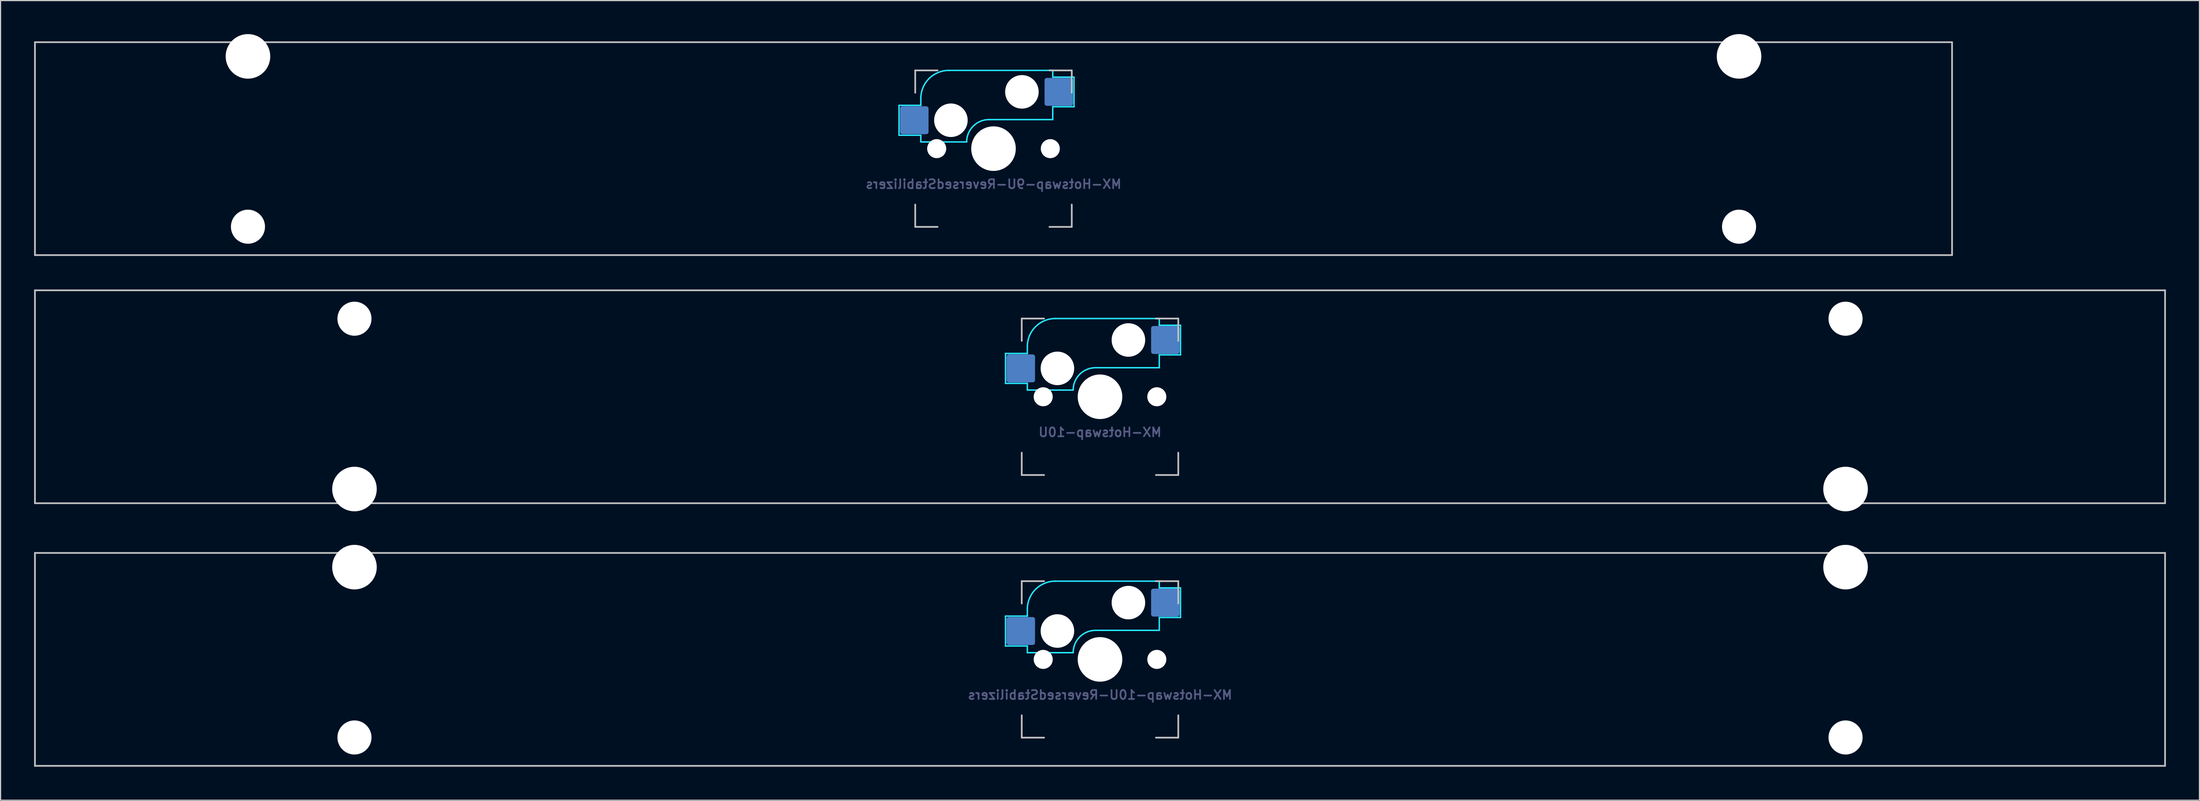
<source format=kicad_pcb>
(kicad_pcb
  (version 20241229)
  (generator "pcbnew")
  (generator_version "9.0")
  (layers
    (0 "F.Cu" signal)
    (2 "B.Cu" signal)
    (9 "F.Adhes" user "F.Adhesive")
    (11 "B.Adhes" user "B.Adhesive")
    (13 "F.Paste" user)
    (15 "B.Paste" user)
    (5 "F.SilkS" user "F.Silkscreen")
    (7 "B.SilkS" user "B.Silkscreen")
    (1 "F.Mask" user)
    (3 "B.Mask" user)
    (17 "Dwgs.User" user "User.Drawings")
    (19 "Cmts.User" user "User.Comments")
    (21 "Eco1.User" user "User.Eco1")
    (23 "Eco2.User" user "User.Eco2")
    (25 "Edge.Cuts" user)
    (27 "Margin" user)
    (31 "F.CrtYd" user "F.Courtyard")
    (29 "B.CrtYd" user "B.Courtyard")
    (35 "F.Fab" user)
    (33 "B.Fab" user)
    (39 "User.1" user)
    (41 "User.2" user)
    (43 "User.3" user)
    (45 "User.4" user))
  (footprint "MX-Hotswap-10U-ReversedStabilizers"
    (layer "F.Cu")
    (at 95.325 55.947)
    (property "Reference" "MX-Hotswap-10U-ReversedStabilizers" (at 0 3.175 0) (layer "B.Fab") (effects (font (size 0.8 0.8) (thickness 0.15)) (justify mirror)))
    (attr smd)
    (fp_line (start -95.25 9.525) (end -95.25 -9.525) (stroke (width 0.15) (type solid)) (layer "Dwgs.User"))
    (fp_line (start -7 -7) (end -7 -5) (stroke (width 0.15) (type solid)) (layer "Dwgs.User"))
    (fp_line (start -7 5) (end -7 7) (stroke (width 0.15) (type solid)) (layer "Dwgs.User"))
    (fp_line (start -7 7) (end -5 7) (stroke (width 0.15) (type solid)) (layer "Dwgs.User"))
    (fp_line (start -5 -7) (end -7 -7) (stroke (width 0.15) (type solid)) (layer "Dwgs.User"))
    (fp_line (start 5 -7) (end 7 -7) (stroke (width 0.15) (type solid)) (layer "Dwgs.User"))
    (fp_line (start 5 7) (end 7 7) (stroke (width 0.15) (type solid)) (layer "Dwgs.User"))
    (fp_line (start 7 -7) (end 7 -5) (stroke (width 0.15) (type solid)) (layer "Dwgs.User"))
    (fp_line (start 7 7) (end 7 5) (stroke (width 0.15) (type solid)) (layer "Dwgs.User"))
    (fp_line (start 95.25 -9.525) (end -95.25 -9.525) (stroke (width 0.15) (type solid)) (layer "Dwgs.User"))
    (fp_line (start 95.25 9.525) (end -95.25 9.525) (stroke (width 0.15) (type solid)) (layer "Dwgs.User"))
    (fp_line (start 95.25 9.525) (end 95.25 -9.525) (stroke (width 0.15) (type solid)) (layer "Dwgs.User"))
    (fp_line (start -8.45 -3.875) (end -8.45 -1.2) (stroke (width 0.127) (type solid)) (layer "B.CrtYd"))
    (fp_line (start -8.45 -1.2) (end -6.5 -1.2) (stroke (width 0.127) (type solid)) (layer "B.CrtYd"))
    (fp_line (start -6.5 -4.5) (end -6.5 -3.875) (stroke (width 0.127) (type solid)) (layer "B.CrtYd"))
    (fp_line (start -6.5 -3.875) (end -8.45 -3.875) (stroke (width 0.127) (type solid)) (layer "B.CrtYd"))
    (fp_line (start -6.5 -0.6) (end -6.5 -1.2) (stroke (width 0.127) (type solid)) (layer "B.CrtYd"))
    (fp_line (start -6.5 -0.6) (end -2.4 -0.6) (stroke (width 0.127) (type solid)) (layer "B.CrtYd"))
    (fp_line (start -0.4 -2.6) (end 5.3 -2.6) (stroke (width 0.127) (type solid)) (layer "B.CrtYd"))
    (fp_line (start 5.3 -7) (end -4 -7) (stroke (width 0.127) (type solid)) (layer "B.CrtYd"))
    (fp_line (start 5.3 -7) (end 5.3 -6.4) (stroke (width 0.127) (type solid)) (layer "B.CrtYd"))
    (fp_line (start 5.3 -6.4) (end 7.2 -6.4) (stroke (width 0.127) (type solid)) (layer "B.CrtYd"))
    (fp_line (start 5.3 -2.6) (end 5.3 -3.75) (stroke (width 0.127) (type solid)) (layer "B.CrtYd"))
    (fp_line (start 7.2 -6.4) (end 7.2 -3.75) (stroke (width 0.127) (type solid)) (layer "B.CrtYd"))
    (fp_line (start 7.2 -3.75) (end 5.3 -3.75) (stroke (width 0.127) (type solid)) (layer "B.CrtYd"))
    (fp_arc (start -6.5 -4.5) (mid -5.767767 -6.267767) (end -4 -7) (stroke (width 0.127) (type solid)) (layer "B.CrtYd"))
    (fp_arc (start -2.4 -0.6) (mid -1.814214 -2.014214) (end -0.4 -2.6) (stroke (width 0.127) (type solid)) (layer "B.CrtYd"))
    (pad "" np_thru_hole circle (at -66.675 -8.255) (size 3.988 3.988) (drill 3.988) (layers "*.Cu" "*.Mask"))
    (pad "" np_thru_hole circle (at -66.675 6.985) (size 3.048 3.048) (drill 3.048) (layers "*.Cu" "*.Mask"))
    (pad "" np_thru_hole circle (at -5.08 0 48.099) (size 1.702 1.702) (drill 1.702) (layers "*.Cu" "*.Mask"))
    (pad "" np_thru_hole circle (at -3.81 -2.54) (size 3 3) (drill 3) (layers "*.Cu" "*.Mask"))
    (pad "" np_thru_hole circle (at 0 0) (size 3.988 3.988) (drill 3.988) (layers "*.Cu" "*.Mask"))
    (pad "" np_thru_hole circle (at 2.54 -5.08) (size 3 3) (drill 3) (layers "*.Cu" "*.Mask"))
    (pad "" np_thru_hole circle (at 5.08 0 48.099) (size 1.702 1.702) (drill 1.702) (layers "*.Cu" "*.Mask"))
    (pad "" np_thru_hole circle (at 66.675 -8.255) (size 3.988 3.988) (drill 3.988) (layers "*.Cu" "*.Mask"))
    (pad "" np_thru_hole circle (at 66.675 6.985) (size 3.048 3.048) (drill 3.048) (layers "*.Cu" "*.Mask"))
    (pad "1" smd roundrect (at -7.085 -2.54) (size 2.55 2.5) (layers "B.Cu" "B.Mask" "B.Paste") (roundrect_rratio 0.08))
    (pad "2" smd roundrect (at 5.842 -5.08) (size 2.55 2.5) (layers "B.Cu" "B.Mask" "B.Paste") (roundrect_rratio 0.08)))
  (footprint "MX-Hotswap-9U-ReversedStabilizers"
    (layer "F.Cu")
    (at 85.8 10.249)
    (property "Reference" "MX-Hotswap-9U-ReversedStabilizers" (at 0 3.175 0) (layer "B.Fab") (effects (font (size 0.8 0.8) (thickness 0.15)) (justify mirror)))
    (attr smd)
    (fp_line (start -85.725 9.525) (end -85.725 -9.525) (stroke (width 0.15) (type solid)) (layer "Dwgs.User"))
    (fp_line (start -7 -7) (end -7 -5) (stroke (width 0.15) (type solid)) (layer "Dwgs.User"))
    (fp_line (start -7 5) (end -7 7) (stroke (width 0.15) (type solid)) (layer "Dwgs.User"))
    (fp_line (start -7 7) (end -5 7) (stroke (width 0.15) (type solid)) (layer "Dwgs.User"))
    (fp_line (start -5 -7) (end -7 -7) (stroke (width 0.15) (type solid)) (layer "Dwgs.User"))
    (fp_line (start 5 -7) (end 7 -7) (stroke (width 0.15) (type solid)) (layer "Dwgs.User"))
    (fp_line (start 5 7) (end 7 7) (stroke (width 0.15) (type solid)) (layer "Dwgs.User"))
    (fp_line (start 7 -7) (end 7 -5) (stroke (width 0.15) (type solid)) (layer "Dwgs.User"))
    (fp_line (start 7 7) (end 7 5) (stroke (width 0.15) (type solid)) (layer "Dwgs.User"))
    (fp_line (start 85.725 -9.525) (end -85.725 -9.525) (stroke (width 0.15) (type solid)) (layer "Dwgs.User"))
    (fp_line (start 85.725 9.525) (end -85.725 9.525) (stroke (width 0.15) (type solid)) (layer "Dwgs.User"))
    (fp_line (start 85.725 9.525) (end 85.725 -9.525) (stroke (width 0.15) (type solid)) (layer "Dwgs.User"))
    (fp_line (start -8.45 -3.875) (end -8.45 -1.2) (stroke (width 0.127) (type solid)) (layer "B.CrtYd"))
    (fp_line (start -8.45 -1.2) (end -6.5 -1.2) (stroke (width 0.127) (type solid)) (layer "B.CrtYd"))
    (fp_line (start -6.5 -4.5) (end -6.5 -3.875) (stroke (width 0.127) (type solid)) (layer "B.CrtYd"))
    (fp_line (start -6.5 -3.875) (end -8.45 -3.875) (stroke (width 0.127) (type solid)) (layer "B.CrtYd"))
    (fp_line (start -6.5 -0.6) (end -6.5 -1.2) (stroke (width 0.127) (type solid)) (layer "B.CrtYd"))
    (fp_line (start -6.5 -0.6) (end -2.4 -0.6) (stroke (width 0.127) (type solid)) (layer "B.CrtYd"))
    (fp_line (start -0.4 -2.6) (end 5.3 -2.6) (stroke (width 0.127) (type solid)) (layer "B.CrtYd"))
    (fp_line (start 5.3 -7) (end -4 -7) (stroke (width 0.127) (type solid)) (layer "B.CrtYd"))
    (fp_line (start 5.3 -7) (end 5.3 -6.4) (stroke (width 0.127) (type solid)) (layer "B.CrtYd"))
    (fp_line (start 5.3 -6.4) (end 7.2 -6.4) (stroke (width 0.127) (type solid)) (layer "B.CrtYd"))
    (fp_line (start 5.3 -2.6) (end 5.3 -3.75) (stroke (width 0.127) (type solid)) (layer "B.CrtYd"))
    (fp_line (start 7.2 -6.4) (end 7.2 -3.75) (stroke (width 0.127) (type solid)) (layer "B.CrtYd"))
    (fp_line (start 7.2 -3.75) (end 5.3 -3.75) (stroke (width 0.127) (type solid)) (layer "B.CrtYd"))
    (fp_arc (start -6.5 -4.5) (mid -5.767767 -6.267767) (end -4 -7) (stroke (width 0.127) (type solid)) (layer "B.CrtYd"))
    (fp_arc (start -2.4 -0.6) (mid -1.814214 -2.014214) (end -0.4 -2.6) (stroke (width 0.127) (type solid)) (layer "B.CrtYd"))
    (pad "" np_thru_hole circle (at -66.675 -8.255) (size 3.988 3.988) (drill 3.988) (layers "*.Cu" "*.Mask"))
    (pad "" np_thru_hole circle (at -66.675 6.985) (size 3.048 3.048) (drill 3.048) (layers "*.Cu" "*.Mask"))
    (pad "" np_thru_hole circle (at -5.08 0 48.099) (size 1.702 1.702) (drill 1.702) (layers "*.Cu" "*.Mask"))
    (pad "" np_thru_hole circle (at -3.81 -2.54) (size 3 3) (drill 3) (layers "*.Cu" "*.Mask"))
    (pad "" np_thru_hole circle (at 0 0) (size 3.988 3.988) (drill 3.988) (layers "*.Cu" "*.Mask"))
    (pad "" np_thru_hole circle (at 2.54 -5.08) (size 3 3) (drill 3) (layers "*.Cu" "*.Mask"))
    (pad "" np_thru_hole circle (at 5.08 0 48.099) (size 1.702 1.702) (drill 1.702) (layers "*.Cu" "*.Mask"))
    (pad "" np_thru_hole circle (at 66.675 -8.255) (size 3.988 3.988) (drill 3.988) (layers "*.Cu" "*.Mask"))
    (pad "" np_thru_hole circle (at 66.675 6.985) (size 3.048 3.048) (drill 3.048) (layers "*.Cu" "*.Mask"))
    (pad "1" smd roundrect (at -7.085 -2.54) (size 2.55 2.5) (layers "B.Cu" "B.Mask" "B.Paste") (roundrect_rratio 0.08))
    (pad "2" smd roundrect (at 5.842 -5.08) (size 2.55 2.5) (layers "B.Cu" "B.Mask" "B.Paste") (roundrect_rratio 0.08)))
  (footprint "MX-Hotswap-10U"
    (layer "F.Cu")
    (at 95.325 32.449)
    (property "Reference" "MX-Hotswap-10U" (at 0 3.175 0) (layer "B.Fab") (effects (font (size 0.8 0.8) (thickness 0.15)) (justify mirror)))
    (attr smd)
    (fp_line (start -95.25 9.525) (end -95.25 -9.525) (stroke (width 0.15) (type solid)) (layer "Dwgs.User"))
    (fp_line (start -7 -7) (end -7 -5) (stroke (width 0.15) (type solid)) (layer "Dwgs.User"))
    (fp_line (start -7 5) (end -7 7) (stroke (width 0.15) (type solid)) (layer "Dwgs.User"))
    (fp_line (start -7 7) (end -5 7) (stroke (width 0.15) (type solid)) (layer "Dwgs.User"))
    (fp_line (start -5 -7) (end -7 -7) (stroke (width 0.15) (type solid)) (layer "Dwgs.User"))
    (fp_line (start 5 -7) (end 7 -7) (stroke (width 0.15) (type solid)) (layer "Dwgs.User"))
    (fp_line (start 5 7) (end 7 7) (stroke (width 0.15) (type solid)) (layer "Dwgs.User"))
    (fp_line (start 7 -7) (end 7 -5) (stroke (width 0.15) (type solid)) (layer "Dwgs.User"))
    (fp_line (start 7 7) (end 7 5) (stroke (width 0.15) (type solid)) (layer "Dwgs.User"))
    (fp_line (start 95.25 -9.525) (end -95.25 -9.525) (stroke (width 0.15) (type solid)) (layer "Dwgs.User"))
    (fp_line (start 95.25 9.525) (end -95.25 9.525) (stroke (width 0.15) (type solid)) (layer "Dwgs.User"))
    (fp_line (start 95.25 9.525) (end 95.25 -9.525) (stroke (width 0.15) (type solid)) (layer "Dwgs.User"))
    (fp_line (start -8.45 -3.875) (end -8.45 -1.2) (stroke (width 0.127) (type solid)) (layer "B.CrtYd"))
    (fp_line (start -8.45 -1.2) (end -6.5 -1.2) (stroke (width 0.127) (type solid)) (layer "B.CrtYd"))
    (fp_line (start -6.5 -4.5) (end -6.5 -3.875) (stroke (width 0.127) (type solid)) (layer "B.CrtYd"))
    (fp_line (start -6.5 -3.875) (end -8.45 -3.875) (stroke (width 0.127) (type solid)) (layer "B.CrtYd"))
    (fp_line (start -6.5 -0.6) (end -6.5 -1.2) (stroke (width 0.127) (type solid)) (layer "B.CrtYd"))
    (fp_line (start -6.5 -0.6) (end -2.4 -0.6) (stroke (width 0.127) (type solid)) (layer "B.CrtYd"))
    (fp_line (start -0.4 -2.6) (end 5.3 -2.6) (stroke (width 0.127) (type solid)) (layer "B.CrtYd"))
    (fp_line (start 5.3 -7) (end -4 -7) (stroke (width 0.127) (type solid)) (layer "B.CrtYd"))
    (fp_line (start 5.3 -7) (end 5.3 -6.4) (stroke (width 0.127) (type solid)) (layer "B.CrtYd"))
    (fp_line (start 5.3 -6.4) (end 7.2 -6.4) (stroke (width 0.127) (type solid)) (layer "B.CrtYd"))
    (fp_line (start 5.3 -2.6) (end 5.3 -3.75) (stroke (width 0.127) (type solid)) (layer "B.CrtYd"))
    (fp_line (start 7.2 -6.4) (end 7.2 -3.75) (stroke (width 0.127) (type solid)) (layer "B.CrtYd"))
    (fp_line (start 7.2 -3.75) (end 5.3 -3.75) (stroke (width 0.127) (type solid)) (layer "B.CrtYd"))
    (fp_arc (start -6.5 -4.5) (mid -5.767767 -6.267767) (end -4 -7) (stroke (width 0.127) (type solid)) (layer "B.CrtYd"))
    (fp_arc (start -2.4 -0.6) (mid -1.814214 -2.014214) (end -0.4 -2.6) (stroke (width 0.127) (type solid)) (layer "B.CrtYd"))
    (pad "" np_thru_hole circle (at -66.675 -6.985) (size 3.048 3.048) (drill 3.048) (layers "*.Cu" "*.Mask"))
    (pad "" np_thru_hole circle (at -66.675 8.255) (size 3.988 3.988) (drill 3.988) (layers "*.Cu" "*.Mask"))
    (pad "" np_thru_hole circle (at -5.08 0 48.099) (size 1.702 1.702) (drill 1.702) (layers "*.Cu" "*.Mask"))
    (pad "" np_thru_hole circle (at -3.81 -2.54) (size 3 3) (drill 3) (layers "*.Cu" "*.Mask"))
    (pad "" np_thru_hole circle (at 0 0) (size 3.988 3.988) (drill 3.988) (layers "*.Cu" "*.Mask"))
    (pad "" np_thru_hole circle (at 2.54 -5.08) (size 3 3) (drill 3) (layers "*.Cu" "*.Mask"))
    (pad "" np_thru_hole circle (at 5.08 0 48.099) (size 1.702 1.702) (drill 1.702) (layers "*.Cu" "*.Mask"))
    (pad "" np_thru_hole circle (at 66.675 -6.985) (size 3.048 3.048) (drill 3.048) (layers "*.Cu" "*.Mask"))
    (pad "" np_thru_hole circle (at 66.675 8.255) (size 3.988 3.988) (drill 3.988) (layers "*.Cu" "*.Mask"))
    (pad "1" smd roundrect (at -7.085 -2.54) (size 2.55 2.5) (layers "B.Cu" "B.Mask" "B.Paste") (roundrect_rratio 0.08))
    (pad "2" smd roundrect (at 5.842 -5.08) (size 2.55 2.5) (layers "B.Cu" "B.Mask" "B.Paste") (roundrect_rratio 0.08)))
  (gr_rect
    (start -3 -3)
    (end 193.65 68.547)
    (stroke (width 0.1) (type default))
    (fill no)
    (layer "Edge.Cuts")))
</source>
